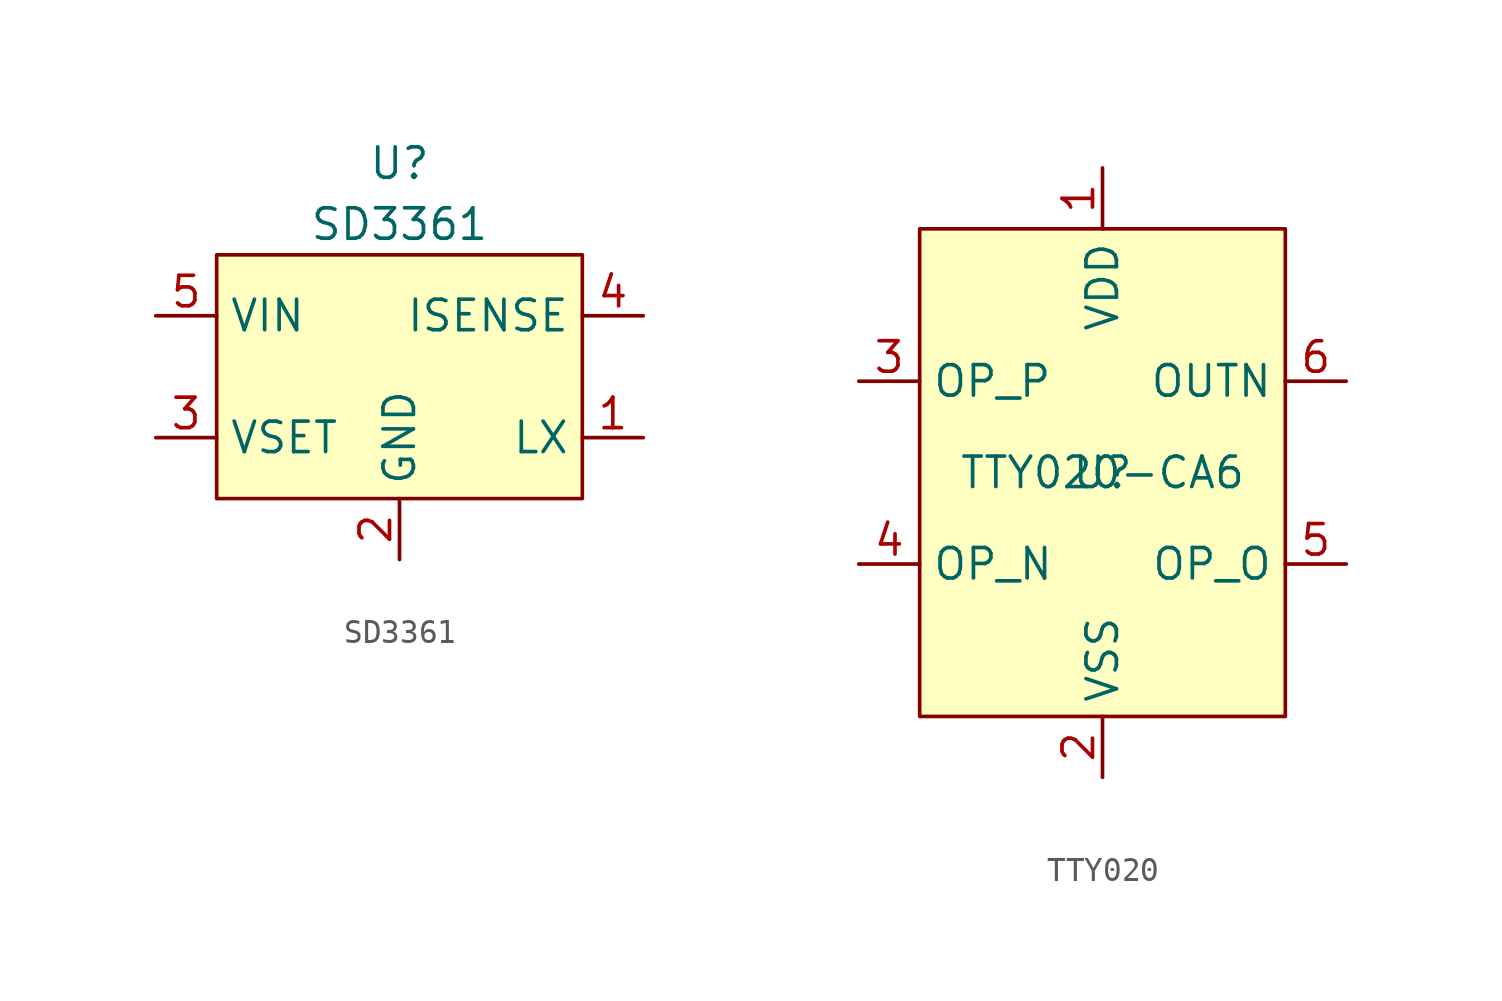
<source format=kicad_sym>
(kicad_symbol_lib
  (version 20220914)
  (generator kicad_symbol_editor)
  (symbol "SD3361"
    (property "Reference" "U"
      (at 0 8.89 0)
      (effects (font (size 1.27 1.27))))
    (property "Value" "SD3361"
      (at 0 6.35 0)
      (effects (font (size 1.27 1.27))))
    (symbol "SD3361_0_1"
      (rectangle (start -7.62 -5.08) (end 7.62 5.08) (stroke (width 0.152) (type default)) (fill (type background))))
    (symbol "SD3361_1_1"
      (pin power_out line (at 10.16 -2.54 180) (length 2.54) (name "LX" (effects (font (size 1.27 1.27)))) (number "1" (effects (font (size 1.27 1.27)))))
      (pin power_in line (at 0 -7.62 90) (length 2.54) (name "GND" (effects (font (size 1.27 1.27)))) (number "2" (effects (font (size 1.27 1.27)))))
      (pin input line (at -10.16 -2.54 0) (length 2.54) (name "VSET" (effects (font (size 1.27 1.27)))) (number "3" (effects (font (size 1.27 1.27)))))
      (pin input line (at 10.16 2.54 180) (length 2.54) (name "ISENSE" (effects (font (size 1.27 1.27)))) (number "4" (effects (font (size 1.27 1.27)))))
      (pin power_in line (at -10.16 2.54 0) (length 2.54) (name "VIN" (effects (font (size 1.27 1.27)))) (number "5" (effects (font (size 1.27 1.27)))))))
  (symbol "TTY020"
    (property "Reference" "U"
      (at 0 0 0)
      (effects (font (size 1.27 1.27))))
    (property "Value" "TTY020-CA6"
      (at 0 0 0)
      (effects (font (size 1.27 1.27))))
    (symbol "TTY020_1_1"
      (rectangle (start -7.62 10.16) (end 7.62 -10.16) (stroke (width 0) (type default)) (fill (type background)))
      (pin power_in line (at 0 12.7 270) (length 2.54) (name "VDD" (effects (font (size 1.27 1.27)))) (number "1" (effects (font (size 1.27 1.27)))))
      (pin power_in line (at 0 -12.7 90) (length 2.54) (name "VSS" (effects (font (size 1.27 1.27)))) (number "2" (effects (font (size 1.27 1.27)))))
      (pin input line (at -10.16 3.81 0) (length 2.54) (name "OP_P" (effects (font (size 1.27 1.27)))) (number "3" (effects (font (size 1.27 1.27)))))
      (pin input line (at -10.16 -3.81 0) (length 2.54) (name "OP_N" (effects (font (size 1.27 1.27)))) (number "4" (effects (font (size 1.27 1.27)))))
      (pin output line (at 10.16 -3.81 180) (length 2.54) (name "OP_O" (effects (font (size 1.27 1.27)))) (number "5" (effects (font (size 1.27 1.27)))))
      (pin open_collector line (at 10.16 3.81 180) (length 2.54) (name "OUTN" (effects (font (size 1.27 1.27)))) (number "6" (effects (font (size 1.27 1.27))))))))
</source>
